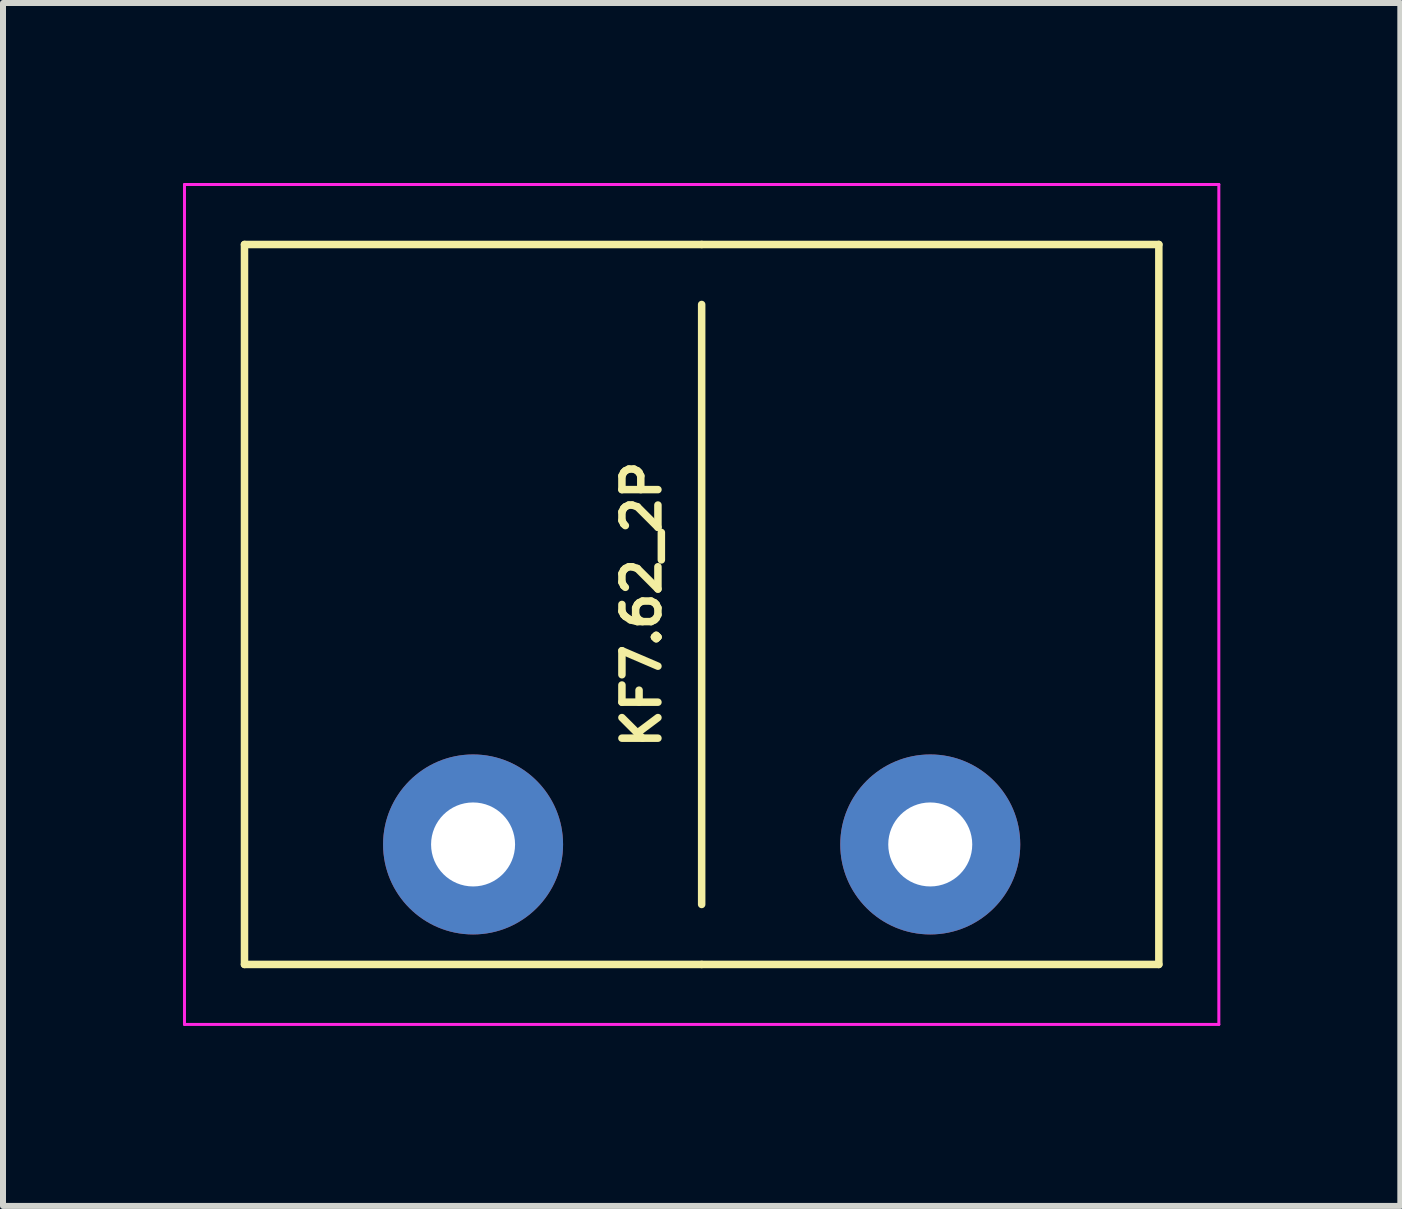
<source format=kicad_pcb>
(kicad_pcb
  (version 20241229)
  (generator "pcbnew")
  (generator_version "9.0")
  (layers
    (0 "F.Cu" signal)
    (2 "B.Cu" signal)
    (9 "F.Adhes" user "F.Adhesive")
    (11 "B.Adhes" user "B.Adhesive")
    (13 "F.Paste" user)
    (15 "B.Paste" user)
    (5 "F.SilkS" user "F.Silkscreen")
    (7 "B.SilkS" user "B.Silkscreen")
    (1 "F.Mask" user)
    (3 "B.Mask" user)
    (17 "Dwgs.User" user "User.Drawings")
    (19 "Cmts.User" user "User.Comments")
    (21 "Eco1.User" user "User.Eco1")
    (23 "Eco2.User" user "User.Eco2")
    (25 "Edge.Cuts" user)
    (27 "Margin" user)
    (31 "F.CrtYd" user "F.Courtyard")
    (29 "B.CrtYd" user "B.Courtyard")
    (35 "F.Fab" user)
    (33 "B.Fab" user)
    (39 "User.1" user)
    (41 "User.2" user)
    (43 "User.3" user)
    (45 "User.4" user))
  (footprint "KF7.62_2P"
    (layer "F.Cu")
    (at 8.645 7.025)
    (property "Reference" "KF7.62_2P" (at -1 0 90) (layer "F.SilkS") (effects (font (size 0.6 0.6) (thickness 0.125))))
    (attr through_hole)
    (fp_line (start -7.62 -6) (end -7.62 6) (stroke (width 0.125) (type solid)) (layer "F.SilkS"))
    (fp_line (start -7.62 6) (end 0 6) (stroke (width 0.125) (type solid)) (layer "F.SilkS"))
    (fp_line (start 0 -6) (end -7.62 -6) (stroke (width 0.125) (type solid)) (layer "F.SilkS"))
    (fp_line (start 0 -6) (end 7.62 -6) (stroke (width 0.125) (type solid)) (layer "F.SilkS"))
    (fp_line (start 0 5) (end 0 -5) (stroke (width 0.125) (type solid)) (layer "F.SilkS"))
    (fp_line (start 7.62 -6) (end 7.62 6) (stroke (width 0.125) (type solid)) (layer "F.SilkS"))
    (fp_line (start 7.62 6) (end 0 6) (stroke (width 0.125) (type solid)) (layer "F.SilkS"))
    (fp_line (start -8.62 -7) (end -8.62 7) (stroke (width 0.05) (type solid)) (layer "F.CrtYd"))
    (fp_line (start -8.62 -7) (end 8.62 -7) (stroke (width 0.05) (type solid)) (layer "F.CrtYd"))
    (fp_line (start 8.62 -7) (end 8.62 7) (stroke (width 0.05) (type solid)) (layer "F.CrtYd"))
    (fp_line (start 8.62 7) (end -8.62 7) (stroke (width 0.05) (type solid)) (layer "F.CrtYd"))
    (pad "1" thru_hole circle (at -3.81 4) (size 3 3) (drill 1.4) (layers "*.Cu" "*.Mask"))
    (pad "2" thru_hole circle (at 3.81 4) (size 3 3) (drill 1.4) (layers "*.Cu" "*.Mask")))
  (gr_rect
    (start -3 -3)
    (end 20.29 17.05)
    (stroke (width 0.1) (type default))
    (fill no)
    (layer "Edge.Cuts")))
</source>
